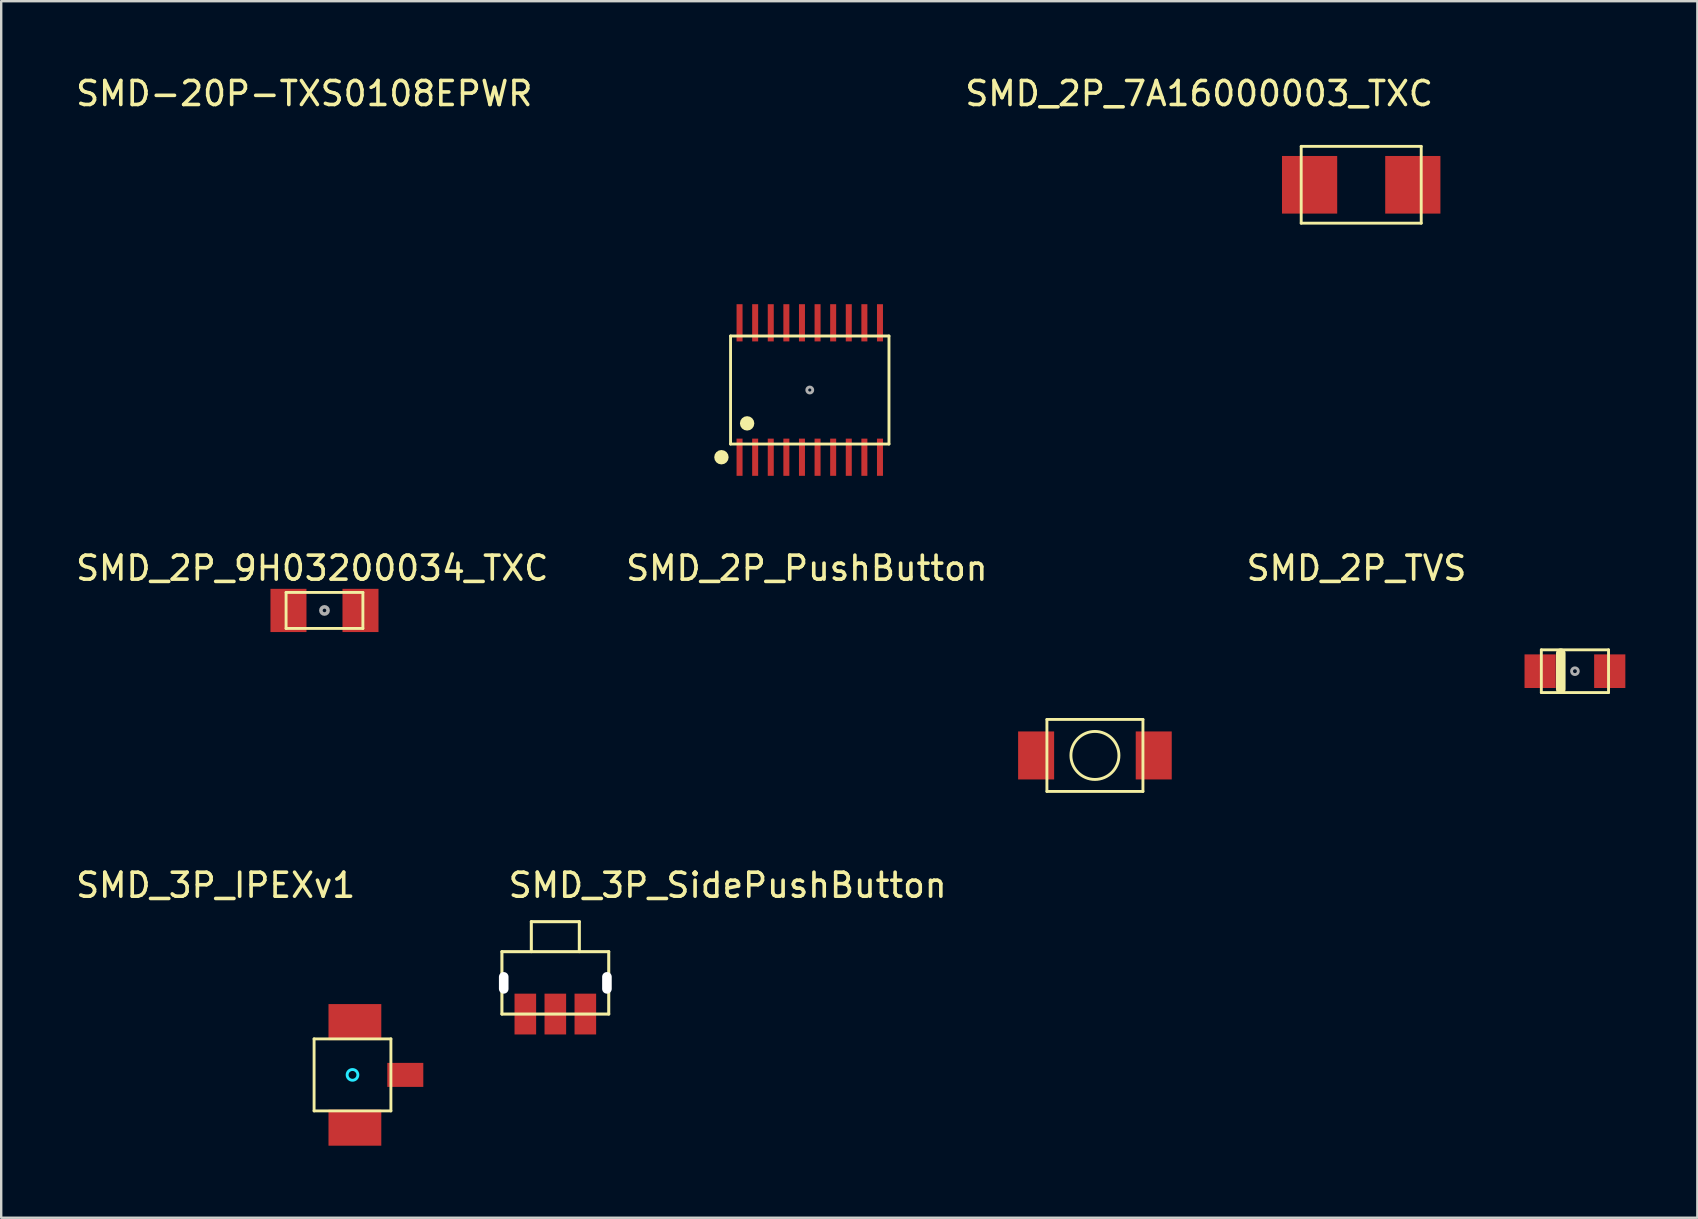
<source format=kicad_pcb>
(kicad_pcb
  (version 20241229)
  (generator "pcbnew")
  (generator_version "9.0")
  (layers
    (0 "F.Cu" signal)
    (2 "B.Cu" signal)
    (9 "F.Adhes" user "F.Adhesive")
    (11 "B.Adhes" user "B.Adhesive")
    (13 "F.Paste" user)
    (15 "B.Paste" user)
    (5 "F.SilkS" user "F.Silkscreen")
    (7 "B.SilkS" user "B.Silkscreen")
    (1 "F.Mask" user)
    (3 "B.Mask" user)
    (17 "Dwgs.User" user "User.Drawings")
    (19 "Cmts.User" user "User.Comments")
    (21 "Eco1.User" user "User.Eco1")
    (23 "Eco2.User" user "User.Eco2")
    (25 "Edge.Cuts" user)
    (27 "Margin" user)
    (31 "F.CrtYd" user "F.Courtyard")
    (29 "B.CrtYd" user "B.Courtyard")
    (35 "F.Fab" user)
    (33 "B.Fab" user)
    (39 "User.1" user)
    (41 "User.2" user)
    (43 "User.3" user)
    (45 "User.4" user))
  (footprint "SMD_2P_9H03200034_TXC"
    (layer "F.Cu")
    (at 10.468 22.381)
    (property "Reference" "SMD_2P_9H03200034_TXC" (at -0.51 -1.76 0) (layer "F.SilkS") (effects (font (size 1 1) (thickness 0.15))))
    (attr through_hole)
    (fp_line (start -1.6 -0.75) (end -1.6 0.75) (stroke (width 0.12) (type solid)) (layer "F.SilkS"))
    (fp_line (start -1.6 -0.75) (end 1.6 -0.75) (stroke (width 0.12) (type solid)) (layer "F.SilkS"))
    (fp_line (start -1.6 0.75) (end 1.6 0.75) (stroke (width 0.12) (type solid)) (layer "F.SilkS"))
    (fp_line (start 1.6 -0.75) (end 1.6 0.75) (stroke (width 0.12) (type solid)) (layer "F.SilkS"))
    (fp_circle (center 0 0) (end 0.15 0) (stroke (width 0.15) (type solid)) (fill no) (layer "F.Fab"))
    (pad "1" smd rect (at -1.5 0) (size 1.5 1.8) (layers "F.Cu" "F.Mask" "F.Paste"))
    (pad "2" smd rect (at 1.5 0) (size 1.5 1.8) (layers "F.Cu" "F.Mask" "F.Paste")))
  (footprint "SMD_2P_7A16000003_TXC"
    (layer "F.Cu")
    (at 51.808 4.648)
    (property "Reference" "SMD_2P_7A16000003_TXC" (at -4.9 -3.8 0) (layer "F.SilkS") (effects (font (size 1 1) (thickness 0.15))))
    (attr through_hole)
    (fp_line (start -0.65 -1.6) (end -0.65 1.6) (stroke (width 0.12) (type solid)) (layer "F.SilkS"))
    (fp_line (start -0.65 -1.6) (end 4.35 -1.6) (stroke (width 0.12) (type solid)) (layer "F.SilkS"))
    (fp_line (start 4.35 -1.6) (end 4.35 1.6) (stroke (width 0.12) (type solid)) (layer "F.SilkS"))
    (fp_line (start 4.35 1.6) (end -0.65 1.6) (stroke (width 0.12) (type solid)) (layer "F.SilkS"))
    (pad "1" smd rect (at -0.3 0) (size 2.3 2.4) (layers "F.Cu" "F.Mask" "F.Paste"))
    (pad "2" smd rect (at 4 0) (size 2.3 2.4) (layers "F.Cu" "F.Mask" "F.Paste")))
  (footprint "SMD_2P_TVS"
    (layer "F.Cu")
    (at 62.562 24.912)
    (property "Reference" "SMD_2P_TVS" (at -9.1 -4.29 0) (layer "F.SilkS") (effects (font (size 1 1) (thickness 0.15))))
    (attr through_hole)
    (fp_line (start -1.4 -0.89) (end -1.4 0.89) (stroke (width 0.12) (type solid)) (layer "F.SilkS"))
    (fp_line (start -1.4 -0.89) (end 1.4 -0.89) (stroke (width 0.12) (type solid)) (layer "F.SilkS"))
    (fp_line (start -1.4 0.89) (end 1.4 0.89) (stroke (width 0.12) (type solid)) (layer "F.SilkS"))
    (fp_line (start -0.59 -0.75) (end -0.59 0.75) (stroke (width 0.4) (type solid)) (layer "F.SilkS"))
    (fp_line (start 1.4 -0.89) (end 1.4 0.89) (stroke (width 0.12) (type solid)) (layer "F.SilkS"))
    (fp_circle (center 0 0) (end 0.141 0) (stroke (width 0.12) (type solid)) (fill no) (layer "F.Fab"))
    (pad "1" smd rect (at -1.45 0) (size 1.3 1.4) (layers "F.Cu" "F.Mask" "F.Paste"))
    (pad "2" smd rect (at 1.45 0) (size 1.3 1.4) (layers "F.Cu" "F.Mask" "F.Paste")))
  (footprint "SMD_3P_IPEXv1"
    (layer "F.Cu")
    (at 11.635 41.73)
    (property "Reference" "SMD_3P_IPEXv1" (at -5.7 -7.9 0) (layer "F.SilkS") (effects (font (size 1 1) (thickness 0.15))))
    (attr through_hole)
    (fp_line (start -1.6 -1.5) (end -1.6 1.5) (stroke (width 0.12) (type solid)) (layer "F.SilkS"))
    (fp_line (start -1.6 -1.5) (end 1.6 -1.5) (stroke (width 0.12) (type solid)) (layer "F.SilkS"))
    (fp_line (start -1.6 1.5) (end 1.6 1.5) (stroke (width 0.12) (type solid)) (layer "F.SilkS"))
    (fp_line (start 1.6 -1.5) (end 1.6 1.5) (stroke (width 0.12) (type solid)) (layer "F.SilkS"))
    (fp_circle (center 0 0) (end 0.224 0) (stroke (width 0.12) (type solid)) (fill no) (layer "B.CrtYd"))
    (pad "1" smd rect (at 2.2 0) (size 1.5 1) (layers "F.Cu" "F.Mask" "F.Paste"))
    (pad "2" smd rect (at 0.1 -2.2) (size 2.2 1.5) (layers "F.Cu" "F.Mask" "F.Paste"))
    (pad "2" smd rect (at 0.1 2.2) (size 2.2 1.5) (layers "F.Cu" "F.Mask" "F.Paste")))
  (footprint "SMD_2P_PushButton"
    (layer "F.Cu")
    (at 42.565 28.422)
    (property "Reference" "SMD_2P_PushButton" (at -12 -7.8 0) (layer "F.SilkS") (effects (font (size 1 1) (thickness 0.15))))
    (attr through_hole)
    (fp_line (start -2 -1.5) (end -2 1.5) (stroke (width 0.12) (type solid)) (layer "F.SilkS"))
    (fp_line (start -2 -1.5) (end 2 -1.5) (stroke (width 0.12) (type solid)) (layer "F.SilkS"))
    (fp_line (start -2 1.5) (end 2 1.5) (stroke (width 0.12) (type solid)) (layer "F.SilkS"))
    (fp_line (start 2 -1.5) (end 2 1.5) (stroke (width 0.12) (type solid)) (layer "F.SilkS"))
    (fp_circle (center 0 0) (end 1 0) (stroke (width 0.12) (type solid)) (fill no) (layer "F.SilkS"))
    (pad "1" smd rect (at -2.45 0) (size 1.5 2) (layers "F.Cu" "F.Mask" "F.Paste"))
    (pad "2" smd rect (at 2.45 0) (size 1.5 2) (layers "F.Cu" "F.Mask" "F.Paste")))
  (footprint "SMD-20P-TXS0108EPWR"
    (layer "F.Cu")
    (at 30.685 13.198)
    (property "Reference" "SMD-20P-TXS0108EPWR" (at -21.06 -12.35 0) (layer "F.SilkS") (effects (font (size 1 1) (thickness 0.15))))
    (attr through_hole)
    (fp_line (start -3.3 -2.25) (end -3.3 2.25) (stroke (width 0.12) (type solid)) (layer "F.SilkS"))
    (fp_line (start -3.3 -2.25) (end 3.3 -2.25) (stroke (width 0.12) (type solid)) (layer "F.SilkS"))
    (fp_line (start -3.3 2.25) (end 3.3 2.25) (stroke (width 0.12) (type solid)) (layer "F.SilkS"))
    (fp_line (start 3.3 -2.25) (end 3.3 2.25) (stroke (width 0.12) (type solid)) (layer "F.SilkS"))
    (fp_circle (center -3.68 2.8) (end -3.53 2.8) (stroke (width 0.3) (type solid)) (fill no) (layer "F.SilkS"))
    (fp_circle (center -2.61 1.39) (end -2.46 1.39) (stroke (width 0.3) (type solid)) (fill no) (layer "F.SilkS"))
    (fp_circle (center 0 0) (end 0.125 0) (stroke (width 0.12) (type solid)) (fill no) (layer "F.Fab"))
    (pad "1" smd rect (at -2.925 2.8) (size 0.25 1.55) (layers "F.Cu" "F.Mask" "F.Paste"))
    (pad "2" smd rect (at -2.275 2.8) (size 0.25 1.55) (layers "F.Cu" "F.Mask" "F.Paste"))
    (pad "3" smd rect (at -1.625 2.8) (size 0.25 1.55) (layers "F.Cu" "F.Mask" "F.Paste"))
    (pad "4" smd rect (at -0.975 2.8) (size 0.25 1.55) (layers "F.Cu" "F.Mask" "F.Paste"))
    (pad "5" smd rect (at -0.325 2.8) (size 0.25 1.55) (layers "F.Cu" "F.Mask" "F.Paste"))
    (pad "6" smd rect (at 0.325 2.8) (size 0.25 1.55) (layers "F.Cu" "F.Mask" "F.Paste"))
    (pad "7" smd rect (at 0.975 2.8) (size 0.25 1.55) (layers "F.Cu" "F.Mask" "F.Paste"))
    (pad "8" smd rect (at 1.625 2.8) (size 0.25 1.55) (layers "F.Cu" "F.Mask" "F.Paste"))
    (pad "9" smd rect (at 2.275 2.8) (size 0.25 1.55) (layers "F.Cu" "F.Mask" "F.Paste"))
    (pad "10" smd rect (at 2.925 2.8) (size 0.25 1.55) (layers "F.Cu" "F.Mask" "F.Paste"))
    (pad "11" smd rect (at 2.925 -2.8) (size 0.25 1.55) (layers "F.Cu" "F.Mask" "F.Paste"))
    (pad "12" smd rect (at 2.275 -2.8) (size 0.25 1.55) (layers "F.Cu" "F.Mask" "F.Paste"))
    (pad "13" smd rect (at 1.625 -2.8) (size 0.25 1.55) (layers "F.Cu" "F.Mask" "F.Paste"))
    (pad "14" smd rect (at 0.975 -2.8) (size 0.25 1.55) (layers "F.Cu" "F.Mask" "F.Paste"))
    (pad "15" smd rect (at 0.325 -2.8) (size 0.25 1.55) (layers "F.Cu" "F.Mask" "F.Paste"))
    (pad "16" smd rect (at -0.325 -2.8) (size 0.25 1.55) (layers "F.Cu" "F.Mask" "F.Paste"))
    (pad "17" smd rect (at -0.975 -2.8) (size 0.25 1.55) (layers "F.Cu" "F.Mask" "F.Paste"))
    (pad "18" smd rect (at -1.625 -2.8) (size 0.25 1.55) (layers "F.Cu" "F.Mask" "F.Paste"))
    (pad "19" smd rect (at -2.275 -2.8) (size 0.25 1.55) (layers "F.Cu" "F.Mask" "F.Paste"))
    (pad "20" smd rect (at -2.925 -2.8) (size 0.25 1.55) (layers "F.Cu" "F.Mask" "F.Paste")))
  (footprint "SMD_3P_SidePushButton"
    (layer "F.Cu")
    (at 17.86 36.596)
    (property "Reference" "SMD_3P_SidePushButton" (at 9.404 -2.766 0) (layer "F.SilkS") (effects (font (size 1 1) (thickness 0.15))))
    (attr through_hole)
    (fp_line (start 0 0) (end 0 2.6) (stroke (width 0.127) (type solid)) (layer "F.SilkS"))
    (fp_line (start 0 0) (end 4.45 0) (stroke (width 0.127) (type solid)) (layer "F.SilkS"))
    (fp_line (start 0 2.6) (end 4.45 2.6) (stroke (width 0.127) (type solid)) (layer "F.SilkS"))
    (fp_line (start 1.225 -1.25) (end 3.225 -1.25) (stroke (width 0.127) (type solid)) (layer "F.SilkS"))
    (fp_line (start 1.225 0) (end 1.225 -1.25) (stroke (width 0.127) (type solid)) (layer "F.SilkS"))
    (fp_line (start 3.225 0) (end 3.225 -1.25) (stroke (width 0.127) (type solid)) (layer "F.SilkS"))
    (fp_line (start 4.45 0) (end 4.45 2.6) (stroke (width 0.127) (type solid)) (layer "F.SilkS"))
    (pad "" np_thru_hole oval (at 0.075 1.3) (size 0.4 0.9) (drill oval 0.4 0.9) (layers "*.Cu" "*.Mask"))
    (pad "" smd rect (at 0.325 0) (size 1.2 0.6) (layers "F.Paste"))
    (pad "" smd rect (at 4.125 0) (size 1.2 0.6) (layers "F.Paste"))
    (pad "" np_thru_hole oval (at 4.375 1.3) (size 0.4 0.9) (drill oval 0.4 0.9) (layers "*.Cu" "*.Mask"))
    (pad "1" smd rect (at 0.975 2.6) (size 0.9 1.7) (layers "F.Cu" "F.Mask" "F.Paste"))
    (pad "1" smd rect (at 3.475 2.6) (size 0.9 1.7) (layers "F.Cu" "F.Mask" "F.Paste"))
    (pad "2" smd rect (at 2.225 2.6) (size 0.9 1.7) (layers "F.Cu" "F.Mask" "F.Paste")))
  (gr_rect
    (start -3 -3)
    (end 67.662 47.68)
    (stroke (width 0.1) (type default))
    (fill no)
    (layer "Edge.Cuts")))
</source>
